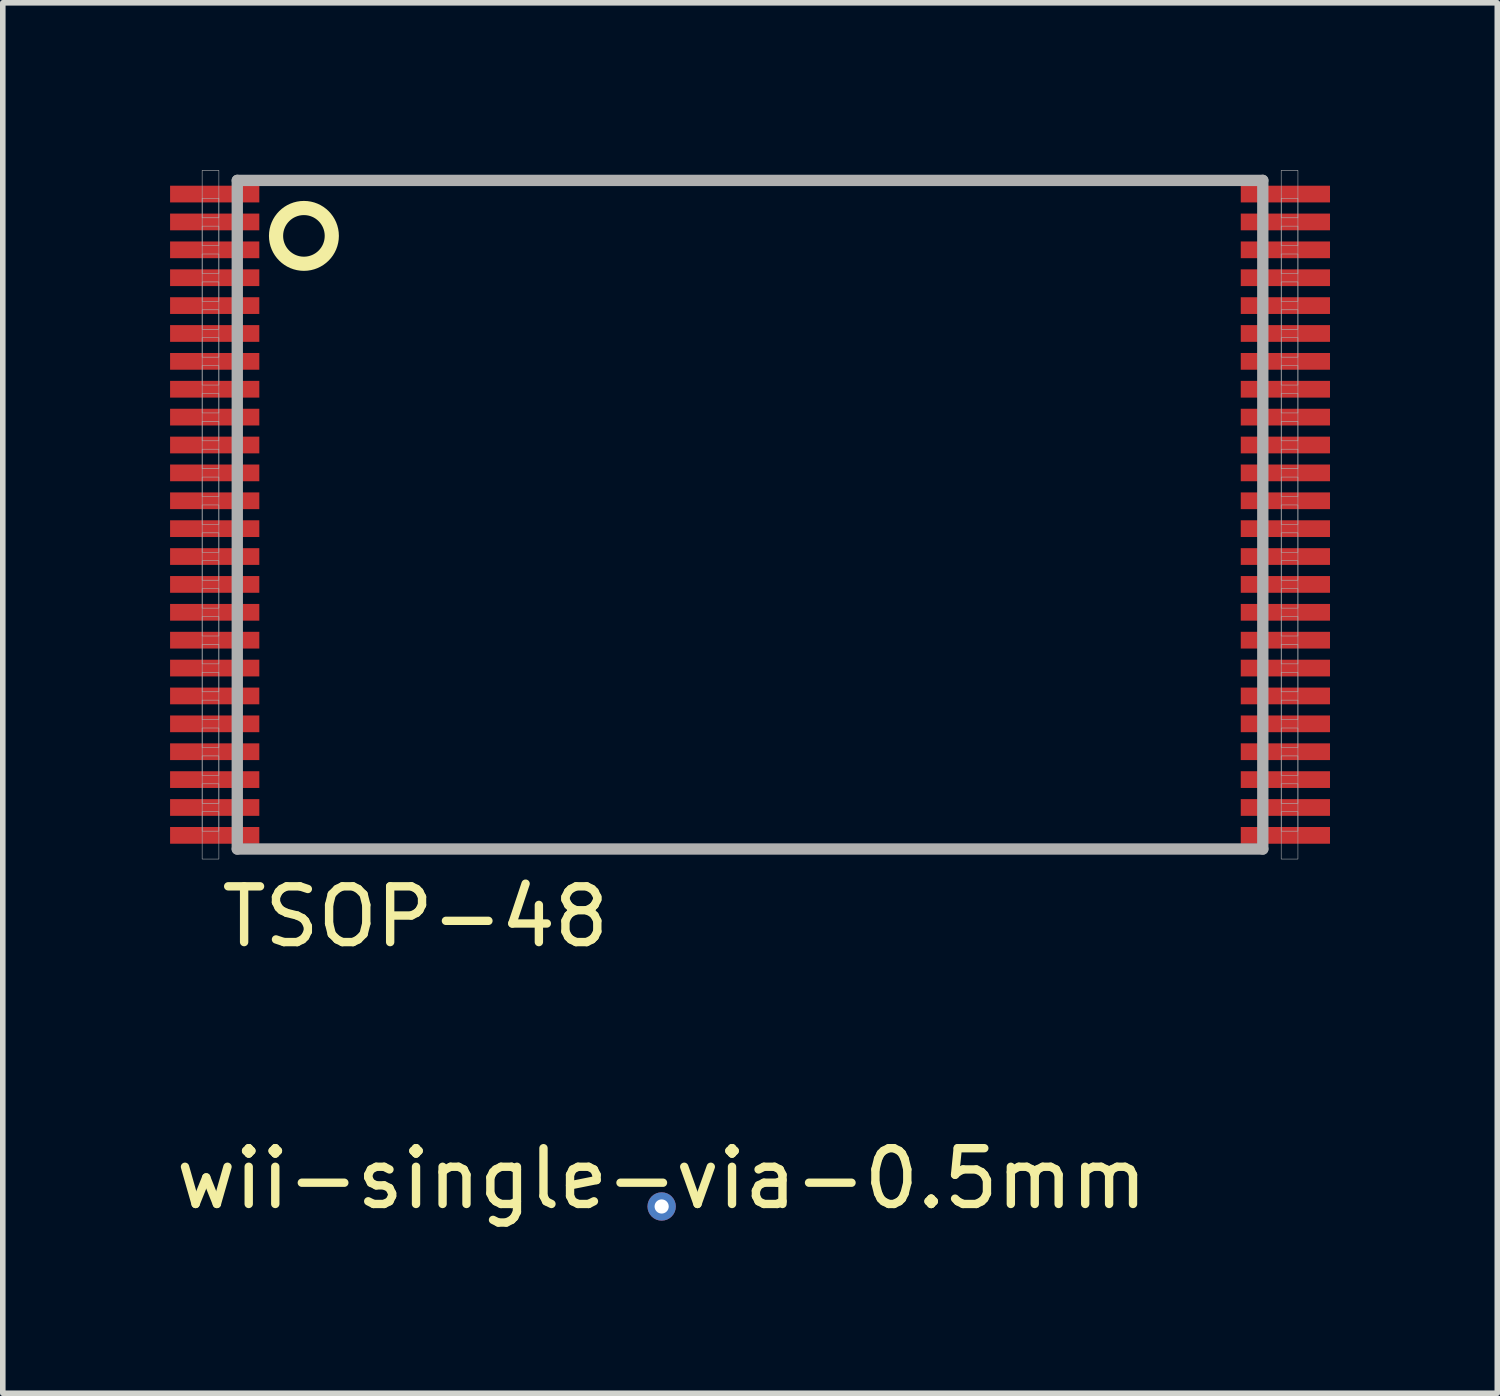
<source format=kicad_pcb>
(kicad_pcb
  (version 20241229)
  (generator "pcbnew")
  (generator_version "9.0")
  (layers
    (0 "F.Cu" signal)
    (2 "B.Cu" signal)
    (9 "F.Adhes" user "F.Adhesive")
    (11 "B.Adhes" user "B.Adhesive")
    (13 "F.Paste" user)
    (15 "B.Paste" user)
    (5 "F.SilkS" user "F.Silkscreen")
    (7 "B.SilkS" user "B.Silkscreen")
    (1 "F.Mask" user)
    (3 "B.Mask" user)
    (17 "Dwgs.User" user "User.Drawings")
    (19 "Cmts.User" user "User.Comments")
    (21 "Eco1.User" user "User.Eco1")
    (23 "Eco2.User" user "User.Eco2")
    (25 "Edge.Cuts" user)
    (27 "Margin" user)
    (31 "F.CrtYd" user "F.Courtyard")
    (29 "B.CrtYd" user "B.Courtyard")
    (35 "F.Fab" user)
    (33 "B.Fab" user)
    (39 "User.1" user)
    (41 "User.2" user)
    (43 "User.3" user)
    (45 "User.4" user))
  (footprint "TSOP-48"
    (layer "F.Cu")
    (at 11.13 6.15)
    (property "Reference" "TSOP-48" (at -6.731 7.239 0) (layer "F.SilkS") (effects (font (size 1 1) (thickness 0.15))))
    (attr through_hole)
    (fp_circle (center -8.73 -4.97) (end -8.23 -4.97) (stroke (width 0.254) (type solid)) (fill no) (layer "F.SilkS"))
    (fp_line (start -9.925 -5.965) (end 8.465 -5.965) (stroke (width 0.203) (type solid)) (layer "F.Fab"))
    (fp_line (start -9.925 6.025) (end -9.925 -5.965) (stroke (width 0.203) (type solid)) (layer "F.Fab"))
    (fp_line (start 8.465 -5.965) (end 8.465 6.025) (stroke (width 0.203) (type solid)) (layer "F.Fab"))
    (fp_line (start 8.465 6.025) (end -9.925 6.025) (stroke (width 0.203) (type solid)) (layer "F.Fab"))
    (fp_poly (pts (xy -10.555 -6.145) (xy -10.255 -6.145) (xy -10.255 -5.295) (xy -10.555 -5.295)) (stroke (width 0.01) (type solid)) (fill no) (layer "F.Fab"))
    (fp_poly (pts (xy -10.555 -5.645) (xy -10.255 -5.645) (xy -10.255 -4.795) (xy -10.555 -4.795)) (stroke (width 0.01) (type solid)) (fill no) (layer "F.Fab"))
    (fp_poly (pts (xy -10.555 -5.145) (xy -10.255 -5.145) (xy -10.255 -4.295) (xy -10.555 -4.295)) (stroke (width 0.01) (type solid)) (fill no) (layer "F.Fab"))
    (fp_poly (pts (xy -10.555 -4.645) (xy -10.255 -4.645) (xy -10.255 -3.795) (xy -10.555 -3.795)) (stroke (width 0.01) (type solid)) (fill no) (layer "F.Fab"))
    (fp_poly (pts (xy -10.555 -4.145) (xy -10.255 -4.145) (xy -10.255 -3.295) (xy -10.555 -3.295)) (stroke (width 0.01) (type solid)) (fill no) (layer "F.Fab"))
    (fp_poly (pts (xy -10.555 -3.645) (xy -10.255 -3.645) (xy -10.255 -2.795) (xy -10.555 -2.795)) (stroke (width 0.01) (type solid)) (fill no) (layer "F.Fab"))
    (fp_poly (pts (xy -10.555 -3.145) (xy -10.255 -3.145) (xy -10.255 -2.295) (xy -10.555 -2.295)) (stroke (width 0.01) (type solid)) (fill no) (layer "F.Fab"))
    (fp_poly (pts (xy -10.555 -2.645) (xy -10.255 -2.645) (xy -10.255 -1.795) (xy -10.555 -1.795)) (stroke (width 0.01) (type solid)) (fill no) (layer "F.Fab"))
    (fp_poly (pts (xy -10.555 -2.145) (xy -10.255 -2.145) (xy -10.255 -1.295) (xy -10.555 -1.295)) (stroke (width 0.01) (type solid)) (fill no) (layer "F.Fab"))
    (fp_poly (pts (xy -10.555 -1.645) (xy -10.255 -1.645) (xy -10.255 -0.795) (xy -10.555 -0.795)) (stroke (width 0.01) (type solid)) (fill no) (layer "F.Fab"))
    (fp_poly (pts (xy -10.555 -1.145) (xy -10.255 -1.145) (xy -10.255 -0.295) (xy -10.555 -0.295)) (stroke (width 0.01) (type solid)) (fill no) (layer "F.Fab"))
    (fp_poly (pts (xy -10.555 -0.645) (xy -10.255 -0.645) (xy -10.255 0.205) (xy -10.555 0.205)) (stroke (width 0.01) (type solid)) (fill no) (layer "F.Fab"))
    (fp_poly (pts (xy -10.555 -0.145) (xy -10.255 -0.145) (xy -10.255 0.705) (xy -10.555 0.705)) (stroke (width 0.01) (type solid)) (fill no) (layer "F.Fab"))
    (fp_poly (pts (xy -10.555 0.355) (xy -10.255 0.355) (xy -10.255 1.205) (xy -10.555 1.205)) (stroke (width 0.01) (type solid)) (fill no) (layer "F.Fab"))
    (fp_poly (pts (xy -10.555 0.855) (xy -10.255 0.855) (xy -10.255 1.705) (xy -10.555 1.705)) (stroke (width 0.01) (type solid)) (fill no) (layer "F.Fab"))
    (fp_poly (pts (xy -10.555 1.355) (xy -10.255 1.355) (xy -10.255 2.205) (xy -10.555 2.205)) (stroke (width 0.01) (type solid)) (fill no) (layer "F.Fab"))
    (fp_poly (pts (xy -10.555 1.855) (xy -10.255 1.855) (xy -10.255 2.705) (xy -10.555 2.705)) (stroke (width 0.01) (type solid)) (fill no) (layer "F.Fab"))
    (fp_poly (pts (xy -10.555 2.355) (xy -10.255 2.355) (xy -10.255 3.205) (xy -10.555 3.205)) (stroke (width 0.01) (type solid)) (fill no) (layer "F.Fab"))
    (fp_poly (pts (xy -10.555 2.855) (xy -10.255 2.855) (xy -10.255 3.705) (xy -10.555 3.705)) (stroke (width 0.01) (type solid)) (fill no) (layer "F.Fab"))
    (fp_poly (pts (xy -10.555 3.355) (xy -10.255 3.355) (xy -10.255 4.205) (xy -10.555 4.205)) (stroke (width 0.01) (type solid)) (fill no) (layer "F.Fab"))
    (fp_poly (pts (xy -10.555 3.855) (xy -10.255 3.855) (xy -10.255 4.705) (xy -10.555 4.705)) (stroke (width 0.01) (type solid)) (fill no) (layer "F.Fab"))
    (fp_poly (pts (xy -10.555 4.355) (xy -10.255 4.355) (xy -10.255 5.205) (xy -10.555 5.205)) (stroke (width 0.01) (type solid)) (fill no) (layer "F.Fab"))
    (fp_poly (pts (xy -10.555 4.855) (xy -10.255 4.855) (xy -10.255 5.705) (xy -10.555 5.705)) (stroke (width 0.01) (type solid)) (fill no) (layer "F.Fab"))
    (fp_poly (pts (xy -10.555 5.355) (xy -10.255 5.355) (xy -10.255 6.205) (xy -10.555 6.205)) (stroke (width 0.01) (type solid)) (fill no) (layer "F.Fab"))
    (fp_poly (pts (xy 8.795 -6.145) (xy 9.095 -6.145) (xy 9.095 -5.295) (xy 8.795 -5.295)) (stroke (width 0.01) (type solid)) (fill no) (layer "F.Fab"))
    (fp_poly (pts (xy 8.795 -5.645) (xy 9.095 -5.645) (xy 9.095 -4.795) (xy 8.795 -4.795)) (stroke (width 0.01) (type solid)) (fill no) (layer "F.Fab"))
    (fp_poly (pts (xy 8.795 -5.145) (xy 9.095 -5.145) (xy 9.095 -4.295) (xy 8.795 -4.295)) (stroke (width 0.01) (type solid)) (fill no) (layer "F.Fab"))
    (fp_poly (pts (xy 8.795 -4.645) (xy 9.095 -4.645) (xy 9.095 -3.795) (xy 8.795 -3.795)) (stroke (width 0.01) (type solid)) (fill no) (layer "F.Fab"))
    (fp_poly (pts (xy 8.795 -4.145) (xy 9.095 -4.145) (xy 9.095 -3.295) (xy 8.795 -3.295)) (stroke (width 0.01) (type solid)) (fill no) (layer "F.Fab"))
    (fp_poly (pts (xy 8.795 -3.645) (xy 9.095 -3.645) (xy 9.095 -2.795) (xy 8.795 -2.795)) (stroke (width 0.01) (type solid)) (fill no) (layer "F.Fab"))
    (fp_poly (pts (xy 8.795 -3.145) (xy 9.095 -3.145) (xy 9.095 -2.295) (xy 8.795 -2.295)) (stroke (width 0.01) (type solid)) (fill no) (layer "F.Fab"))
    (fp_poly (pts (xy 8.795 -2.645) (xy 9.095 -2.645) (xy 9.095 -1.795) (xy 8.795 -1.795)) (stroke (width 0.01) (type solid)) (fill no) (layer "F.Fab"))
    (fp_poly (pts (xy 8.795 -2.145) (xy 9.095 -2.145) (xy 9.095 -1.295) (xy 8.795 -1.295)) (stroke (width 0.01) (type solid)) (fill no) (layer "F.Fab"))
    (fp_poly (pts (xy 8.795 -1.645) (xy 9.095 -1.645) (xy 9.095 -0.795) (xy 8.795 -0.795)) (stroke (width 0.01) (type solid)) (fill no) (layer "F.Fab"))
    (fp_poly (pts (xy 8.795 -1.145) (xy 9.095 -1.145) (xy 9.095 -0.295) (xy 8.795 -0.295)) (stroke (width 0.01) (type solid)) (fill no) (layer "F.Fab"))
    (fp_poly (pts (xy 8.795 -0.645) (xy 9.095 -0.645) (xy 9.095 0.205) (xy 8.795 0.205)) (stroke (width 0.01) (type solid)) (fill no) (layer "F.Fab"))
    (fp_poly (pts (xy 8.795 -0.145) (xy 9.095 -0.145) (xy 9.095 0.705) (xy 8.795 0.705)) (stroke (width 0.01) (type solid)) (fill no) (layer "F.Fab"))
    (fp_poly (pts (xy 8.795 0.355) (xy 9.095 0.355) (xy 9.095 1.205) (xy 8.795 1.205)) (stroke (width 0.01) (type solid)) (fill no) (layer "F.Fab"))
    (fp_poly (pts (xy 8.795 0.855) (xy 9.095 0.855) (xy 9.095 1.705) (xy 8.795 1.705)) (stroke (width 0.01) (type solid)) (fill no) (layer "F.Fab"))
    (fp_poly (pts (xy 8.795 1.355) (xy 9.095 1.355) (xy 9.095 2.205) (xy 8.795 2.205)) (stroke (width 0.01) (type solid)) (fill no) (layer "F.Fab"))
    (fp_poly (pts (xy 8.795 1.855) (xy 9.095 1.855) (xy 9.095 2.705) (xy 8.795 2.705)) (stroke (width 0.01) (type solid)) (fill no) (layer "F.Fab"))
    (fp_poly (pts (xy 8.795 2.355) (xy 9.095 2.355) (xy 9.095 3.205) (xy 8.795 3.205)) (stroke (width 0.01) (type solid)) (fill no) (layer "F.Fab"))
    (fp_poly (pts (xy 8.795 2.855) (xy 9.095 2.855) (xy 9.095 3.705) (xy 8.795 3.705)) (stroke (width 0.01) (type solid)) (fill no) (layer "F.Fab"))
    (fp_poly (pts (xy 8.795 3.355) (xy 9.095 3.355) (xy 9.095 4.205) (xy 8.795 4.205)) (stroke (width 0.01) (type solid)) (fill no) (layer "F.Fab"))
    (fp_poly (pts (xy 8.795 3.855) (xy 9.095 3.855) (xy 9.095 4.705) (xy 8.795 4.705)) (stroke (width 0.01) (type solid)) (fill no) (layer "F.Fab"))
    (fp_poly (pts (xy 8.795 4.355) (xy 9.095 4.355) (xy 9.095 5.205) (xy 8.795 5.205)) (stroke (width 0.01) (type solid)) (fill no) (layer "F.Fab"))
    (fp_poly (pts (xy 8.795 4.855) (xy 9.095 4.855) (xy 9.095 5.705) (xy 8.795 5.705)) (stroke (width 0.01) (type solid)) (fill no) (layer "F.Fab"))
    (fp_poly (pts (xy 8.795 5.355) (xy 9.095 5.355) (xy 9.095 6.205) (xy 8.795 6.205)) (stroke (width 0.01) (type solid)) (fill no) (layer "F.Fab"))
    (pad "1" smd rect (at -10.33 -5.72) (size 1.6 0.3) (layers "F.Cu" "F.Mask" "F.Paste"))
    (pad "2" smd rect (at -10.33 -5.22) (size 1.6 0.3) (layers "F.Cu" "F.Mask" "F.Paste"))
    (pad "3" smd rect (at -10.33 -4.72) (size 1.6 0.3) (layers "F.Cu" "F.Mask" "F.Paste"))
    (pad "4" smd rect (at -10.33 -4.22) (size 1.6 0.3) (layers "F.Cu" "F.Mask" "F.Paste"))
    (pad "5" smd rect (at -10.33 -3.72) (size 1.6 0.3) (layers "F.Cu" "F.Mask" "F.Paste"))
    (pad "6" smd rect (at -10.33 -3.22) (size 1.6 0.3) (layers "F.Cu" "F.Mask" "F.Paste"))
    (pad "7" smd rect (at -10.33 -2.72) (size 1.6 0.3) (layers "F.Cu" "F.Mask" "F.Paste"))
    (pad "8" smd rect (at -10.33 -2.22) (size 1.6 0.3) (layers "F.Cu" "F.Mask" "F.Paste"))
    (pad "9" smd rect (at -10.33 -1.72) (size 1.6 0.3) (layers "F.Cu" "F.Mask" "F.Paste"))
    (pad "10" smd rect (at -10.33 -1.22) (size 1.6 0.3) (layers "F.Cu" "F.Mask" "F.Paste"))
    (pad "11" smd rect (at -10.33 -0.72) (size 1.6 0.3) (layers "F.Cu" "F.Mask" "F.Paste"))
    (pad "12" smd rect (at -10.33 -0.22) (size 1.6 0.3) (layers "F.Cu" "F.Mask" "F.Paste"))
    (pad "13" smd rect (at -10.33 0.28) (size 1.6 0.3) (layers "F.Cu" "F.Mask" "F.Paste"))
    (pad "14" smd rect (at -10.33 0.78) (size 1.6 0.3) (layers "F.Cu" "F.Mask" "F.Paste"))
    (pad "15" smd rect (at -10.33 1.28) (size 1.6 0.3) (layers "F.Cu" "F.Mask" "F.Paste"))
    (pad "16" smd rect (at -10.33 1.78) (size 1.6 0.3) (layers "F.Cu" "F.Mask" "F.Paste"))
    (pad "17" smd rect (at -10.33 2.28) (size 1.6 0.3) (layers "F.Cu" "F.Mask" "F.Paste"))
    (pad "18" smd rect (at -10.33 2.78) (size 1.6 0.3) (layers "F.Cu" "F.Mask" "F.Paste"))
    (pad "19" smd rect (at -10.33 3.28) (size 1.6 0.3) (layers "F.Cu" "F.Mask" "F.Paste"))
    (pad "20" smd rect (at -10.33 3.78) (size 1.6 0.3) (layers "F.Cu" "F.Mask" "F.Paste"))
    (pad "21" smd rect (at -10.33 4.28) (size 1.6 0.3) (layers "F.Cu" "F.Mask" "F.Paste"))
    (pad "22" smd rect (at -10.33 4.78) (size 1.6 0.3) (layers "F.Cu" "F.Mask" "F.Paste"))
    (pad "23" smd rect (at -10.33 5.28) (size 1.6 0.3) (layers "F.Cu" "F.Mask" "F.Paste"))
    (pad "24" smd rect (at -10.33 5.78) (size 1.6 0.3) (layers "F.Cu" "F.Mask" "F.Paste"))
    (pad "25" smd rect (at 8.87 5.78) (size 1.6 0.3) (layers "F.Cu" "F.Mask" "F.Paste"))
    (pad "26" smd rect (at 8.87 5.28) (size 1.6 0.3) (layers "F.Cu" "F.Mask" "F.Paste"))
    (pad "27" smd rect (at 8.87 4.78) (size 1.6 0.3) (layers "F.Cu" "F.Mask" "F.Paste"))
    (pad "28" smd rect (at 8.87 4.28) (size 1.6 0.3) (layers "F.Cu" "F.Mask" "F.Paste"))
    (pad "29" smd rect (at 8.87 3.78) (size 1.6 0.3) (layers "F.Cu" "F.Mask" "F.Paste"))
    (pad "30" smd rect (at 8.87 3.28) (size 1.6 0.3) (layers "F.Cu" "F.Mask" "F.Paste"))
    (pad "31" smd rect (at 8.87 2.78) (size 1.6 0.3) (layers "F.Cu" "F.Mask" "F.Paste"))
    (pad "32" smd rect (at 8.87 2.28) (size 1.6 0.3) (layers "F.Cu" "F.Mask" "F.Paste"))
    (pad "33" smd rect (at 8.87 1.78) (size 1.6 0.3) (layers "F.Cu" "F.Mask" "F.Paste"))
    (pad "34" smd rect (at 8.87 1.28) (size 1.6 0.3) (layers "F.Cu" "F.Mask" "F.Paste"))
    (pad "35" smd rect (at 8.87 0.78) (size 1.6 0.3) (layers "F.Cu" "F.Mask" "F.Paste"))
    (pad "36" smd rect (at 8.87 0.28) (size 1.6 0.3) (layers "F.Cu" "F.Mask" "F.Paste"))
    (pad "37" smd rect (at 8.87 -0.22) (size 1.6 0.3) (layers "F.Cu" "F.Mask" "F.Paste"))
    (pad "38" smd rect (at 8.87 -0.72) (size 1.6 0.3) (layers "F.Cu" "F.Mask" "F.Paste"))
    (pad "39" smd rect (at 8.87 -1.22) (size 1.6 0.3) (layers "F.Cu" "F.Mask" "F.Paste"))
    (pad "40" smd rect (at 8.87 -1.72) (size 1.6 0.3) (layers "F.Cu" "F.Mask" "F.Paste"))
    (pad "41" smd rect (at 8.87 -2.22) (size 1.6 0.3) (layers "F.Cu" "F.Mask" "F.Paste"))
    (pad "42" smd rect (at 8.87 -2.72) (size 1.6 0.3) (layers "F.Cu" "F.Mask" "F.Paste"))
    (pad "43" smd rect (at 8.87 -3.22) (size 1.6 0.3) (layers "F.Cu" "F.Mask" "F.Paste"))
    (pad "44" smd rect (at 8.87 -3.72) (size 1.6 0.3) (layers "F.Cu" "F.Mask" "F.Paste"))
    (pad "45" smd rect (at 8.87 -4.22) (size 1.6 0.3) (layers "F.Cu" "F.Mask" "F.Paste"))
    (pad "46" smd rect (at 8.87 -4.72) (size 1.6 0.3) (layers "F.Cu" "F.Mask" "F.Paste"))
    (pad "47" smd rect (at 8.87 -5.22) (size 1.6 0.3) (layers "F.Cu" "F.Mask" "F.Paste"))
    (pad "48" smd rect (at 8.87 -5.72) (size 1.6 0.3) (layers "F.Cu" "F.Mask" "F.Paste")))
  (footprint "wii-single-via-0.5mm"
    (layer "F.Cu")
    (at 8.815 18.585)
    (property "Reference" "wii-single-via-0.5mm" (at 0 -0.5 0) (unlocked yes) (layer "F.SilkS") (effects (font (size 1 1) (thickness 0.15))))
    (pad "1" thru_hole circle (at 0 0 270) (size 0.508 0.508) (drill 0.254) (layers "*.Cu" "*.Mask")))
  (gr_rect
    (start -3 -3)
    (end 23.8 21.934)
    (stroke (width 0.1) (type default))
    (fill no)
    (layer "Edge.Cuts")))
</source>
